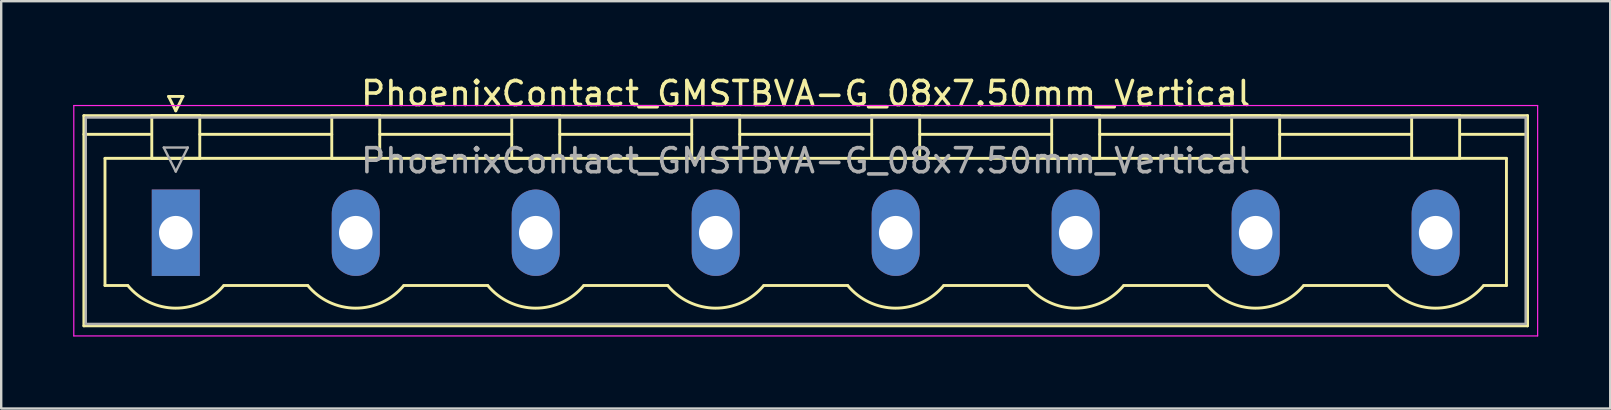
<source format=kicad_pcb>
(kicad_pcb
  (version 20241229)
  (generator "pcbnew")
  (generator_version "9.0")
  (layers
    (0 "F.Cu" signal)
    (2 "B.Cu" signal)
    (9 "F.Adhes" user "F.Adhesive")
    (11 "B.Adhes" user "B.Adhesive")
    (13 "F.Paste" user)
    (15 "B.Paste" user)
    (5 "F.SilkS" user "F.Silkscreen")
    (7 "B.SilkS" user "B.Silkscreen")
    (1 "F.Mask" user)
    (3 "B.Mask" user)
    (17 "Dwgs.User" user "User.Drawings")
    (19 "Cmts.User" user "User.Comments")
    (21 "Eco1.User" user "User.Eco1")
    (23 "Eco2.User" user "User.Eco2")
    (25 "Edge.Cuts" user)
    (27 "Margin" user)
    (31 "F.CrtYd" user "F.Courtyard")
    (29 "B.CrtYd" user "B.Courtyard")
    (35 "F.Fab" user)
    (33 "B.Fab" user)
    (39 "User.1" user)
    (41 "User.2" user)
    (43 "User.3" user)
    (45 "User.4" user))
  (footprint "PhoenixContact_GMSTBVA-G_08x7.50mm_Vertical"
    (layer "F.Cu")
    (at 4.275 6.648)
    (property "Reference" "PhoenixContact_GMSTBVA-G_08x7.50mm_Vertical" (at 26.25 -5.8 0) (layer "F.SilkS") (effects (font (size 1 1) (thickness 0.15))))
    (attr through_hole)
    (fp_line (start -3.83 -4.88) (end -3.83 3.88) (stroke (width 0.12) (type solid)) (layer "F.SilkS"))
    (fp_line (start -3.83 -4.1) (end -1.08 -4.1) (stroke (width 0.12) (type solid)) (layer "F.SilkS"))
    (fp_line (start -3.83 3.88) (end 56.33 3.88) (stroke (width 0.12) (type solid)) (layer "F.SilkS"))
    (fp_line (start -2.95 -3.1) (end 55.45 -3.1) (stroke (width 0.12) (type solid)) (layer "F.SilkS"))
    (fp_line (start -2.95 2.2) (end -2.95 -3.1) (stroke (width 0.12) (type solid)) (layer "F.SilkS"))
    (fp_line (start -2 2.2) (end -2.95 2.2) (stroke (width 0.12) (type solid)) (layer "F.SilkS"))
    (fp_line (start -1 -4.88) (end 1 -4.88) (stroke (width 0.12) (type solid)) (layer "F.SilkS"))
    (fp_line (start -1 -3.1) (end -1 -4.88) (stroke (width 0.12) (type solid)) (layer "F.SilkS"))
    (fp_line (start -0.3 -5.68) (end 0.3 -5.68) (stroke (width 0.12) (type solid)) (layer "F.SilkS"))
    (fp_line (start 0 -5.08) (end -0.3 -5.68) (stroke (width 0.12) (type solid)) (layer "F.SilkS"))
    (fp_line (start 0.3 -5.68) (end 0 -5.08) (stroke (width 0.12) (type solid)) (layer "F.SilkS"))
    (fp_line (start 1 -4.88) (end 1 -3.1) (stroke (width 0.12) (type solid)) (layer "F.SilkS"))
    (fp_line (start 1 -4.1) (end 6.5 -4.1) (stroke (width 0.12) (type solid)) (layer "F.SilkS"))
    (fp_line (start 1 -3.1) (end -1 -3.1) (stroke (width 0.12) (type solid)) (layer "F.SilkS"))
    (fp_line (start 2 2.2) (end 5.5 2.2) (stroke (width 0.12) (type solid)) (layer "F.SilkS"))
    (fp_line (start 6.5 -4.88) (end 8.5 -4.88) (stroke (width 0.12) (type solid)) (layer "F.SilkS"))
    (fp_line (start 6.5 -3.1) (end 6.5 -4.88) (stroke (width 0.12) (type solid)) (layer "F.SilkS"))
    (fp_line (start 8.5 -4.88) (end 8.5 -3.1) (stroke (width 0.12) (type solid)) (layer "F.SilkS"))
    (fp_line (start 8.5 -4.1) (end 14 -4.1) (stroke (width 0.12) (type solid)) (layer "F.SilkS"))
    (fp_line (start 8.5 -3.1) (end 6.5 -3.1) (stroke (width 0.12) (type solid)) (layer "F.SilkS"))
    (fp_line (start 9.5 2.2) (end 13 2.2) (stroke (width 0.12) (type solid)) (layer "F.SilkS"))
    (fp_line (start 14 -4.88) (end 16 -4.88) (stroke (width 0.12) (type solid)) (layer "F.SilkS"))
    (fp_line (start 14 -3.1) (end 14 -4.88) (stroke (width 0.12) (type solid)) (layer "F.SilkS"))
    (fp_line (start 16 -4.88) (end 16 -3.1) (stroke (width 0.12) (type solid)) (layer "F.SilkS"))
    (fp_line (start 16 -4.1) (end 21.5 -4.1) (stroke (width 0.12) (type solid)) (layer "F.SilkS"))
    (fp_line (start 16 -3.1) (end 14 -3.1) (stroke (width 0.12) (type solid)) (layer "F.SilkS"))
    (fp_line (start 17 2.2) (end 20.5 2.2) (stroke (width 0.12) (type solid)) (layer "F.SilkS"))
    (fp_line (start 21.5 -4.88) (end 23.5 -4.88) (stroke (width 0.12) (type solid)) (layer "F.SilkS"))
    (fp_line (start 21.5 -3.1) (end 21.5 -4.88) (stroke (width 0.12) (type solid)) (layer "F.SilkS"))
    (fp_line (start 23.5 -4.88) (end 23.5 -3.1) (stroke (width 0.12) (type solid)) (layer "F.SilkS"))
    (fp_line (start 23.5 -4.1) (end 29 -4.1) (stroke (width 0.12) (type solid)) (layer "F.SilkS"))
    (fp_line (start 23.5 -3.1) (end 21.5 -3.1) (stroke (width 0.12) (type solid)) (layer "F.SilkS"))
    (fp_line (start 24.5 2.2) (end 28 2.2) (stroke (width 0.12) (type solid)) (layer "F.SilkS"))
    (fp_line (start 29 -4.88) (end 31 -4.88) (stroke (width 0.12) (type solid)) (layer "F.SilkS"))
    (fp_line (start 29 -3.1) (end 29 -4.88) (stroke (width 0.12) (type solid)) (layer "F.SilkS"))
    (fp_line (start 31 -4.88) (end 31 -3.1) (stroke (width 0.12) (type solid)) (layer "F.SilkS"))
    (fp_line (start 31 -4.1) (end 36.5 -4.1) (stroke (width 0.12) (type solid)) (layer "F.SilkS"))
    (fp_line (start 31 -3.1) (end 29 -3.1) (stroke (width 0.12) (type solid)) (layer "F.SilkS"))
    (fp_line (start 32 2.2) (end 35.5 2.2) (stroke (width 0.12) (type solid)) (layer "F.SilkS"))
    (fp_line (start 36.5 -4.88) (end 38.5 -4.88) (stroke (width 0.12) (type solid)) (layer "F.SilkS"))
    (fp_line (start 36.5 -3.1) (end 36.5 -4.88) (stroke (width 0.12) (type solid)) (layer "F.SilkS"))
    (fp_line (start 38.5 -4.88) (end 38.5 -3.1) (stroke (width 0.12) (type solid)) (layer "F.SilkS"))
    (fp_line (start 38.5 -4.1) (end 44 -4.1) (stroke (width 0.12) (type solid)) (layer "F.SilkS"))
    (fp_line (start 38.5 -3.1) (end 36.5 -3.1) (stroke (width 0.12) (type solid)) (layer "F.SilkS"))
    (fp_line (start 39.5 2.2) (end 43 2.2) (stroke (width 0.12) (type solid)) (layer "F.SilkS"))
    (fp_line (start 44 -4.88) (end 46 -4.88) (stroke (width 0.12) (type solid)) (layer "F.SilkS"))
    (fp_line (start 44 -3.1) (end 44 -4.88) (stroke (width 0.12) (type solid)) (layer "F.SilkS"))
    (fp_line (start 46 -4.88) (end 46 -3.1) (stroke (width 0.12) (type solid)) (layer "F.SilkS"))
    (fp_line (start 46 -4.1) (end 51.5 -4.1) (stroke (width 0.12) (type solid)) (layer "F.SilkS"))
    (fp_line (start 46 -3.1) (end 44 -3.1) (stroke (width 0.12) (type solid)) (layer "F.SilkS"))
    (fp_line (start 47 2.2) (end 50.5 2.2) (stroke (width 0.12) (type solid)) (layer "F.SilkS"))
    (fp_line (start 51.5 -4.88) (end 53.5 -4.88) (stroke (width 0.12) (type solid)) (layer "F.SilkS"))
    (fp_line (start 51.5 -3.1) (end 51.5 -4.88) (stroke (width 0.12) (type solid)) (layer "F.SilkS"))
    (fp_line (start 53.5 -4.88) (end 53.5 -3.1) (stroke (width 0.12) (type solid)) (layer "F.SilkS"))
    (fp_line (start 53.5 -3.1) (end 51.5 -3.1) (stroke (width 0.12) (type solid)) (layer "F.SilkS"))
    (fp_line (start 55.45 -3.1) (end 55.45 2.2) (stroke (width 0.12) (type solid)) (layer "F.SilkS"))
    (fp_line (start 55.45 2.2) (end 54.5 2.2) (stroke (width 0.12) (type solid)) (layer "F.SilkS"))
    (fp_line (start 56.33 -4.88) (end -3.83 -4.88) (stroke (width 0.12) (type solid)) (layer "F.SilkS"))
    (fp_line (start 56.33 -4.1) (end 53.58 -4.1) (stroke (width 0.12) (type solid)) (layer "F.SilkS"))
    (fp_line (start 56.33 3.88) (end 56.33 -4.88) (stroke (width 0.12) (type solid)) (layer "F.SilkS"))
    (fp_arc (start 1.986842 2.215821) (mid -0.010289 3.142758) (end -2 2.2) (stroke (width 0.12) (type solid)) (layer "F.SilkS"))
    (fp_arc (start 9.486842 2.215821) (mid 7.489711 3.142758) (end 5.5 2.2) (stroke (width 0.12) (type solid)) (layer "F.SilkS"))
    (fp_arc (start 16.986842 2.215821) (mid 14.989711 3.142758) (end 13 2.2) (stroke (width 0.12) (type solid)) (layer "F.SilkS"))
    (fp_arc (start 24.486842 2.215821) (mid 22.489711 3.142758) (end 20.5 2.2) (stroke (width 0.12) (type solid)) (layer "F.SilkS"))
    (fp_arc (start 31.986842 2.215821) (mid 29.989711 3.142758) (end 28 2.2) (stroke (width 0.12) (type solid)) (layer "F.SilkS"))
    (fp_arc (start 39.486842 2.215821) (mid 37.489711 3.142758) (end 35.5 2.2) (stroke (width 0.12) (type solid)) (layer "F.SilkS"))
    (fp_arc (start 46.986842 2.215821) (mid 44.989711 3.142758) (end 43 2.2) (stroke (width 0.12) (type solid)) (layer "F.SilkS"))
    (fp_arc (start 54.486842 2.215821) (mid 52.489711 3.142758) (end 50.5 2.2) (stroke (width 0.12) (type solid)) (layer "F.SilkS"))
    (fp_line (start -4.25 -5.3) (end -4.25 4.3) (stroke (width 0.05) (type solid)) (layer "F.CrtYd"))
    (fp_line (start -4.25 4.3) (end 56.75 4.3) (stroke (width 0.05) (type solid)) (layer "F.CrtYd"))
    (fp_line (start 56.75 -5.3) (end -4.25 -5.3) (stroke (width 0.05) (type solid)) (layer "F.CrtYd"))
    (fp_line (start 56.75 4.3) (end 56.75 -5.3) (stroke (width 0.05) (type solid)) (layer "F.CrtYd"))
    (fp_line (start -3.75 -4.8) (end -3.75 3.8) (stroke (width 0.1) (type solid)) (layer "F.Fab"))
    (fp_line (start -3.75 3.8) (end 56.25 3.8) (stroke (width 0.1) (type solid)) (layer "F.Fab"))
    (fp_line (start -0.5 -3.55) (end 0.5 -3.55) (stroke (width 0.1) (type solid)) (layer "F.Fab"))
    (fp_line (start 0 -2.55) (end -0.5 -3.55) (stroke (width 0.1) (type solid)) (layer "F.Fab"))
    (fp_line (start 0.5 -3.55) (end 0 -2.55) (stroke (width 0.1) (type solid)) (layer "F.Fab"))
    (fp_line (start 56.25 -4.8) (end -3.75 -4.8) (stroke (width 0.1) (type solid)) (layer "F.Fab"))
    (fp_line (start 56.25 3.8) (end 56.25 -4.8) (stroke (width 0.1) (type solid)) (layer "F.Fab"))
    (fp_text user "${REFERENCE}" (at 26.25 -3 0) (layer "F.Fab") (effects (font (size 1 1) (thickness 0.15))))
    (pad "1" thru_hole rect (at 0 0) (size 2 3.6) (drill 1.4) (layers "*.Cu" "*.Mask"))
    (pad "2" thru_hole oval (at 7.5 0) (size 2 3.6) (drill 1.4) (layers "*.Cu" "*.Mask"))
    (pad "3" thru_hole oval (at 15 0) (size 2 3.6) (drill 1.4) (layers "*.Cu" "*.Mask"))
    (pad "4" thru_hole oval (at 22.5 0) (size 2 3.6) (drill 1.4) (layers "*.Cu" "*.Mask"))
    (pad "5" thru_hole oval (at 30 0) (size 2 3.6) (drill 1.4) (layers "*.Cu" "*.Mask"))
    (pad "6" thru_hole oval (at 37.5 0) (size 2 3.6) (drill 1.4) (layers "*.Cu" "*.Mask"))
    (pad "7" thru_hole oval (at 45 0) (size 2 3.6) (drill 1.4) (layers "*.Cu" "*.Mask"))
    (pad "8" thru_hole oval (at 52.5 0) (size 2 3.6) (drill 1.4) (layers "*.Cu" "*.Mask")))
  (gr_rect
    (start -3 -3)
    (end 64.05 13.973)
    (stroke (width 0.1) (type default))
    (fill no)
    (layer "Edge.Cuts")))
</source>
